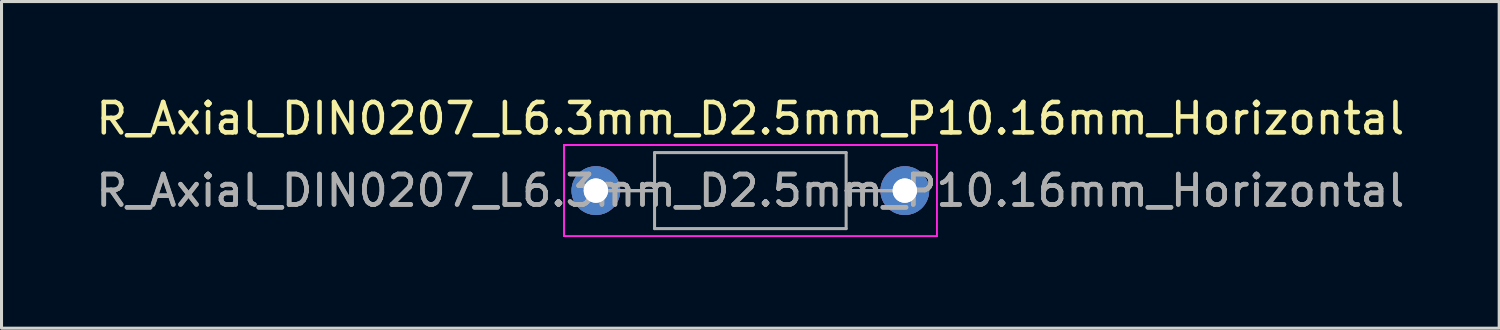
<source format=kicad_pcb>
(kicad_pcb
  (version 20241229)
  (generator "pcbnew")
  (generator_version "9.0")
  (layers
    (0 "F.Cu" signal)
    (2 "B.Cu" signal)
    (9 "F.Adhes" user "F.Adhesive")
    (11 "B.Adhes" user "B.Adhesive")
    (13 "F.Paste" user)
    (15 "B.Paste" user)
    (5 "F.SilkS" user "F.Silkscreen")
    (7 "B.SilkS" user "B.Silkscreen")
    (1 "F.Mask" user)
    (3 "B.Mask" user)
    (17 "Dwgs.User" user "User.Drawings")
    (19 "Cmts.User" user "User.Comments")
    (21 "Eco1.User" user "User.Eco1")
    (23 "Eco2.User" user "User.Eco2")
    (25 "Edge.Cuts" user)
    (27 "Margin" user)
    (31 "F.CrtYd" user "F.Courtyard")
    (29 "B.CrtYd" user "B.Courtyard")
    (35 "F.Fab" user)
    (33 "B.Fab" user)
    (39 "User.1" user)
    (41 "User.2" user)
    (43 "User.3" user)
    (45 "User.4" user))
  (footprint "R_Axial_DIN0207_L6.3mm_D2.5mm_P10.16mm_Horizontal"
    (layer "F.Cu")
    (at 16.545 3.218)
    (property "Reference" "R_Axial_DIN0207_L6.3mm_D2.5mm_P10.16mm_Horizontal" (at 5.08 -2.37 0) (layer "F.SilkS") (effects (font (size 1 1) (thickness 0.15))))
    (attr through_hole)
    (fp_line (start -1.05 -1.5) (end -1.05 1.5) (stroke (width 0.05) (type solid)) (layer "F.CrtYd"))
    (fp_line (start -1.05 -1.5) (end -1.05 1.5) (stroke (width 0.05) (type solid)) (layer "F.CrtYd"))
    (fp_line (start -1.05 -1.5) (end -1.05 1.5) (stroke (width 0.05) (type solid)) (layer "F.CrtYd"))
    (fp_line (start -1.05 1.5) (end 11.21 1.5) (stroke (width 0.05) (type solid)) (layer "F.CrtYd"))
    (fp_line (start -1.05 1.5) (end 11.21 1.5) (stroke (width 0.05) (type solid)) (layer "F.CrtYd"))
    (fp_line (start -1.05 1.5) (end 11.21 1.5) (stroke (width 0.05) (type solid)) (layer "F.CrtYd"))
    (fp_line (start 11.21 -1.5) (end -1.05 -1.5) (stroke (width 0.05) (type solid)) (layer "F.CrtYd"))
    (fp_line (start 11.21 -1.5) (end -1.05 -1.5) (stroke (width 0.05) (type solid)) (layer "F.CrtYd"))
    (fp_line (start 11.21 -1.5) (end -1.05 -1.5) (stroke (width 0.05) (type solid)) (layer "F.CrtYd"))
    (fp_line (start 11.21 1.5) (end 11.21 -1.5) (stroke (width 0.05) (type solid)) (layer "F.CrtYd"))
    (fp_line (start 11.21 1.5) (end 11.21 -1.5) (stroke (width 0.05) (type solid)) (layer "F.CrtYd"))
    (fp_line (start 11.21 1.5) (end 11.21 -1.5) (stroke (width 0.05) (type solid)) (layer "F.CrtYd"))
    (fp_line (start 0 0) (end 1.93 0) (stroke (width 0.1) (type solid)) (layer "F.Fab"))
    (fp_line (start 0 0) (end 1.93 0) (stroke (width 0.1) (type solid)) (layer "F.Fab"))
    (fp_line (start 0 0) (end 1.93 0) (stroke (width 0.1) (type solid)) (layer "F.Fab"))
    (fp_line (start 1.93 -1.25) (end 1.93 1.25) (stroke (width 0.1) (type solid)) (layer "F.Fab"))
    (fp_line (start 1.93 1.25) (end 8.23 1.25) (stroke (width 0.1) (type solid)) (layer "F.Fab"))
    (fp_line (start 8.23 -1.25) (end 1.93 -1.25) (stroke (width 0.1) (type solid)) (layer "F.Fab"))
    (fp_line (start 8.23 1.25) (end 8.23 -1.25) (stroke (width 0.1) (type solid)) (layer "F.Fab"))
    (fp_line (start 10.16 0) (end 8.23 0) (stroke (width 0.1) (type solid)) (layer "F.Fab"))
    (fp_line (start 10.16 0) (end 8.23 0) (stroke (width 0.1) (type solid)) (layer "F.Fab"))
    (fp_line (start 10.16 0) (end 8.23 0) (stroke (width 0.1) (type solid)) (layer "F.Fab"))
    (fp_text user "${REFERENCE}" (at 5.08 0 0) (layer "F.Fab") (effects (font (size 1 1) (thickness 0.15))))
    (fp_text user "${REFERENCE}" (at 5.08 0 0) (layer "F.Fab") (effects (font (size 1 1) (thickness 0.15))))
    (pad "1" thru_hole circle (at 0 0) (size 1.6 1.6) (drill 0.8) (layers "*.Cu" "*.Mask"))
    (pad "1" thru_hole circle (at 0 0) (size 1.6 1.6) (drill 0.8) (layers "*.Cu" "*.Mask"))
    (pad "2" thru_hole oval (at 10.16 0) (size 1.6 1.6) (drill 0.8) (layers "*.Cu" "*.Mask"))
    (pad "2" thru_hole oval (at 10.16 0) (size 1.6 1.6) (drill 0.8) (layers "*.Cu" "*.Mask")))
  (gr_rect
    (start -3 -3)
    (end 46.25 7.743)
    (stroke (width 0.1) (type default))
    (fill no)
    (layer "Edge.Cuts")))
</source>
